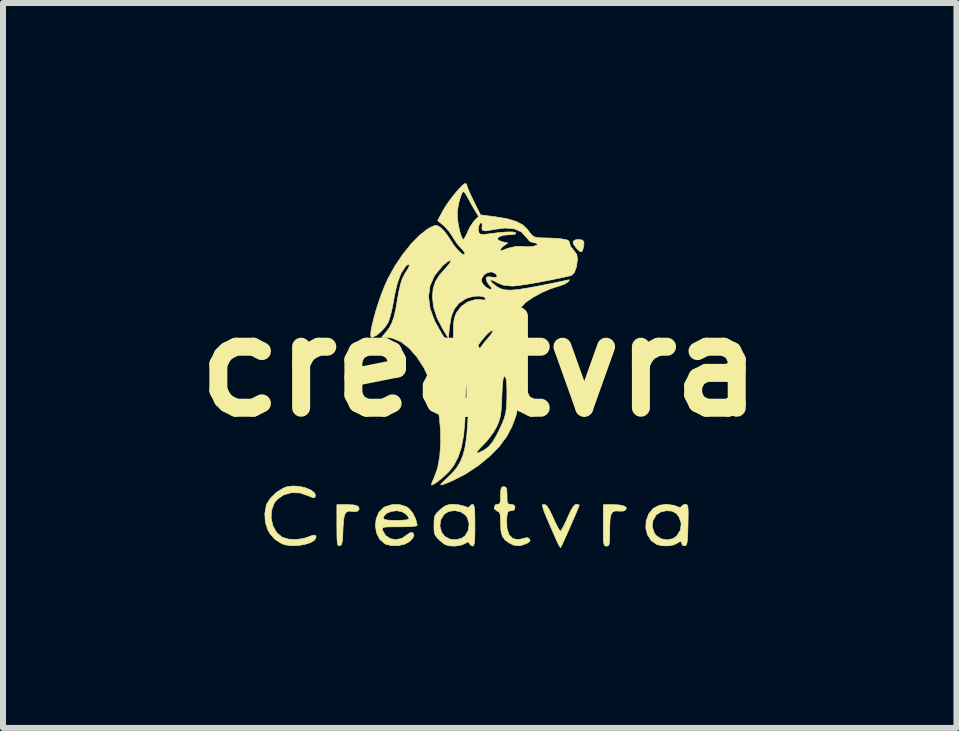
<source format=kicad_pcb>
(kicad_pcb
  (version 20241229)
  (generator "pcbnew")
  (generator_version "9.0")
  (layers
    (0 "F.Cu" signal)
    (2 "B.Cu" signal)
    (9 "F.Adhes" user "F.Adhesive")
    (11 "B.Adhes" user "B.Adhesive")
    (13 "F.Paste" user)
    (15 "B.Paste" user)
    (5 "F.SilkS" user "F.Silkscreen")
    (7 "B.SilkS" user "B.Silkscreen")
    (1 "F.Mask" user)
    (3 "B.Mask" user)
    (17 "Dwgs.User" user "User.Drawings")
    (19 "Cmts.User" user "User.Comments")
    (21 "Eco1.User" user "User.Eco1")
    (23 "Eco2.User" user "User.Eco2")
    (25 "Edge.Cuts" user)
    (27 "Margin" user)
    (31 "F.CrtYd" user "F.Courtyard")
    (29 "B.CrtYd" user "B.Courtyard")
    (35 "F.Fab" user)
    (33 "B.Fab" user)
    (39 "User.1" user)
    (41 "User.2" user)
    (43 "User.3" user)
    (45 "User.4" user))
  (footprint "creatvra"
    (layer "F.Cu")
    (at 4.942 3.053)
    (property "Reference" "creatvra" (at 0 0 0) (layer "F.SilkS") (effects (font (size 1.524 1.524) (thickness 0.3))))
    (attr through_hole)
    (fp_poly (pts (xy 1.708 -2.105) (xy 1.736 -2.075) (xy 1.734 -2.013) (xy 1.721 -1.958) (xy 1.703 -1.913) (xy 1.678 -1.908) (xy 1.635 -1.943) (xy 1.611 -1.969) (xy 1.559 -2.039) (xy 1.556 -2.085) (xy 1.601 -2.109) (xy 1.644 -2.112) (xy 1.708 -2.105)) (stroke (width 0.01) (type solid)) (fill yes) (layer "F.SilkS"))
    (fp_poly (pts (xy -2.105 2.308) (xy -2.033 2.328) (xy -2.009 2.364) (xy -2.013 2.389) (xy -2.042 2.417) (xy -2.105 2.418) (xy -2.119 2.416) (xy -2.181 2.412) (xy -2.224 2.43) (xy -2.252 2.476) (xy -2.268 2.56) (xy -2.277 2.687) (xy -2.278 2.728) (xy -2.283 2.848) (xy -2.291 2.924) (xy -2.303 2.967) (xy -2.321 2.986) (xy -2.333 2.989) (xy -2.352 2.989) (xy -2.365 2.973) (xy -2.373 2.933) (xy -2.378 2.862) (xy -2.379 2.751) (xy -2.38 2.652) (xy -2.38 2.305) (xy -2.226 2.303) (xy -2.105 2.308)) (stroke (width 0.01) (type solid)) (fill yes) (layer "F.SilkS"))
    (fp_poly (pts (xy 2.325 2.309) (xy 2.405 2.327) (xy 2.443 2.355) (xy 2.435 2.39) (xy 2.389 2.412) (xy 2.326 2.412) (xy 2.26 2.409) (xy 2.214 2.426) (xy 2.186 2.472) (xy 2.171 2.554) (xy 2.166 2.679) (xy 2.166 2.73) (xy 2.165 2.851) (xy 2.161 2.928) (xy 2.153 2.971) (xy 2.138 2.99) (xy 2.114 2.995) (xy 2.112 2.995) (xy 2.09 2.992) (xy 2.075 2.977) (xy 2.066 2.942) (xy 2.061 2.879) (xy 2.059 2.778) (xy 2.059 2.65) (xy 2.059 2.305) (xy 2.209 2.303) (xy 2.325 2.309)) (stroke (width 0.01) (type solid)) (fill yes) (layer "F.SilkS"))
    (fp_poly (pts (xy 1.65 2.307) (xy 1.658 2.315) (xy 1.647 2.344) (xy 1.62 2.411) (xy 1.58 2.505) (xy 1.532 2.614) (xy 1.482 2.729) (xy 1.433 2.838) (xy 1.392 2.929) (xy 1.362 2.993) (xy 1.348 3.019) (xy 1.332 3.003) (xy 1.304 2.952) (xy 1.286 2.912) (xy 1.251 2.834) (xy 1.204 2.726) (xy 1.151 2.605) (xy 1.128 2.553) (xy 1.086 2.451) (xy 1.057 2.368) (xy 1.044 2.316) (xy 1.047 2.304) (xy 1.084 2.301) (xy 1.12 2.328) (xy 1.161 2.391) (xy 1.212 2.496) (xy 1.23 2.537) (xy 1.274 2.632) (xy 1.312 2.704) (xy 1.339 2.743) (xy 1.346 2.746) (xy 1.366 2.72) (xy 1.401 2.656) (xy 1.444 2.566) (xy 1.464 2.519) (xy 1.518 2.404) (xy 1.56 2.334) (xy 1.595 2.302) (xy 1.609 2.299) (xy 1.65 2.307)) (stroke (width 0.01) (type solid)) (fill yes) (layer "F.SilkS"))
    (fp_poly (pts (xy -3.001 2.001) (xy -2.896 2.026) (xy -2.809 2.063) (xy -2.751 2.11) (xy -2.736 2.15) (xy -2.746 2.185) (xy -2.781 2.187) (xy -2.85 2.159) (xy -2.855 2.156) (xy -2.997 2.109) (xy -3.138 2.105) (xy -3.267 2.142) (xy -3.374 2.217) (xy -3.422 2.277) (xy -3.468 2.398) (xy -3.475 2.529) (xy -3.446 2.657) (xy -3.385 2.767) (xy -3.294 2.845) (xy -3.287 2.848) (xy -3.184 2.879) (xy -3.057 2.885) (xy -2.929 2.867) (xy -2.87 2.847) (xy -2.789 2.817) (xy -2.746 2.811) (xy -2.729 2.829) (xy -2.727 2.849) (xy -2.752 2.896) (xy -2.817 2.936) (xy -2.91 2.966) (xy -3.019 2.984) (xy -3.131 2.988) (xy -3.234 2.976) (xy -3.302 2.952) (xy -3.415 2.879) (xy -3.496 2.785) (xy -3.532 2.722) (xy -3.572 2.596) (xy -3.58 2.452) (xy -3.556 2.317) (xy -3.547 2.291) (xy -3.482 2.191) (xy -3.384 2.098) (xy -3.271 2.028) (xy -3.211 2.006) (xy -3.11 1.993) (xy -3.001 2.001)) (stroke (width 0.01) (type solid)) (fill yes) (layer "F.SilkS"))
    (fp_poly (pts (xy 0.432 2.012) (xy 0.448 2.039) (xy 0.454 2.101) (xy 0.455 2.152) (xy 0.456 2.237) (xy 0.465 2.28) (xy 0.488 2.297) (xy 0.521 2.299) (xy 0.574 2.312) (xy 0.588 2.353) (xy 0.572 2.395) (xy 0.524 2.406) (xy 0.487 2.411) (xy 0.466 2.433) (xy 0.455 2.486) (xy 0.449 2.56) (xy 0.454 2.702) (xy 0.489 2.806) (xy 0.551 2.869) (xy 0.639 2.887) (xy 0.726 2.868) (xy 0.788 2.853) (xy 0.826 2.871) (xy 0.83 2.875) (xy 0.84 2.906) (xy 0.808 2.936) (xy 0.779 2.953) (xy 0.669 2.99) (xy 0.566 2.979) (xy 0.49 2.942) (xy 0.419 2.89) (xy 0.376 2.828) (xy 0.354 2.743) (xy 0.348 2.621) (xy 0.348 2.606) (xy 0.346 2.509) (xy 0.337 2.453) (xy 0.319 2.425) (xy 0.294 2.414) (xy 0.25 2.381) (xy 0.241 2.35) (xy 0.261 2.307) (xy 0.294 2.299) (xy 0.325 2.293) (xy 0.341 2.265) (xy 0.347 2.204) (xy 0.348 2.152) (xy 0.35 2.067) (xy 0.36 2.023) (xy 0.382 2.007) (xy 0.401 2.005) (xy 0.432 2.012)) (stroke (width 0.01) (type solid)) (fill yes) (layer "F.SilkS"))
    (fp_poly (pts (xy 3.236 2.316) (xy 3.279 2.332) (xy 3.333 2.352) (xy 3.358 2.342) (xy 3.362 2.332) (xy 3.395 2.305) (xy 3.425 2.299) (xy 3.447 2.302) (xy 3.461 2.317) (xy 3.469 2.353) (xy 3.473 2.417) (xy 3.472 2.519) (xy 3.47 2.64) (xy 3.466 2.782) (xy 3.461 2.879) (xy 3.453 2.94) (xy 3.441 2.973) (xy 3.424 2.987) (xy 3.416 2.989) (xy 3.376 2.979) (xy 3.369 2.956) (xy 3.358 2.92) (xy 3.322 2.925) (xy 3.277 2.955) (xy 3.21 2.981) (xy 3.116 2.992) (xy 3.017 2.985) (xy 2.951 2.968) (xy 2.858 2.904) (xy 2.796 2.809) (xy 2.767 2.695) (xy 2.768 2.674) (xy 2.875 2.674) (xy 2.908 2.776) (xy 2.94 2.819) (xy 3.022 2.873) (xy 3.121 2.891) (xy 3.218 2.871) (xy 3.282 2.827) (xy 3.344 2.726) (xy 3.357 2.616) (xy 3.321 2.509) (xy 3.276 2.451) (xy 3.204 2.412) (xy 3.11 2.405) (xy 3.015 2.426) (xy 2.94 2.475) (xy 2.94 2.475) (xy 2.886 2.568) (xy 2.875 2.674) (xy 2.768 2.674) (xy 2.773 2.575) (xy 2.814 2.461) (xy 2.891 2.367) (xy 2.99 2.315) (xy 3.112 2.298) (xy 3.236 2.316)) (stroke (width 0.01) (type solid)) (fill yes) (layer "F.SilkS"))
    (fp_poly (pts (xy -0.102 2.309) (xy -0.091 2.342) (xy -0.084 2.406) (xy -0.081 2.509) (xy -0.08 2.647) (xy -0.081 2.794) (xy -0.085 2.894) (xy -0.092 2.956) (xy -0.104 2.987) (xy -0.117 2.995) (xy -0.158 2.973) (xy -0.171 2.953) (xy -0.187 2.926) (xy -0.216 2.933) (xy -0.246 2.953) (xy -0.313 2.979) (xy -0.405 2.994) (xy -0.434 2.995) (xy -0.522 2.988) (xy -0.589 2.962) (xy -0.661 2.904) (xy -0.662 2.903) (xy -0.718 2.848) (xy -0.748 2.801) (xy -0.76 2.74) (xy -0.762 2.661) (xy -0.664 2.661) (xy -0.635 2.765) (xy -0.583 2.833) (xy -0.498 2.879) (xy -0.396 2.889) (xy -0.298 2.863) (xy -0.242 2.822) (xy -0.189 2.73) (xy -0.177 2.624) (xy -0.205 2.523) (xy -0.239 2.475) (xy -0.319 2.423) (xy -0.418 2.403) (xy -0.516 2.417) (xy -0.588 2.459) (xy -0.649 2.554) (xy -0.664 2.661) (xy -0.762 2.661) (xy -0.762 2.647) (xy -0.76 2.553) (xy -0.748 2.493) (xy -0.718 2.445) (xy -0.662 2.391) (xy -0.588 2.332) (xy -0.52 2.305) (xy -0.443 2.299) (xy -0.35 2.307) (xy -0.268 2.326) (xy -0.251 2.332) (xy -0.196 2.352) (xy -0.171 2.342) (xy -0.167 2.332) (xy -0.134 2.302) (xy -0.118 2.299) (xy -0.102 2.309)) (stroke (width 0.01) (type solid)) (fill yes) (layer "F.SilkS"))
    (fp_poly (pts (xy -1.334 2.303) (xy -1.221 2.34) (xy -1.179 2.368) (xy -1.117 2.443) (xy -1.067 2.544) (xy -1.043 2.641) (xy -1.043 2.654) (xy -1.068 2.662) (xy -1.135 2.668) (xy -1.235 2.672) (xy -1.339 2.674) (xy -1.467 2.674) (xy -1.551 2.676) (xy -1.599 2.682) (xy -1.62 2.694) (xy -1.622 2.714) (xy -1.617 2.734) (xy -1.568 2.819) (xy -1.489 2.871) (xy -1.393 2.888) (xy -1.295 2.865) (xy -1.227 2.818) (xy -1.165 2.774) (xy -1.118 2.77) (xy -1.097 2.806) (xy -1.096 2.818) (xy -1.114 2.858) (xy -1.158 2.91) (xy -1.163 2.914) (xy -1.245 2.961) (xy -1.356 2.986) (xy -1.472 2.987) (xy -1.572 2.961) (xy -1.584 2.954) (xy -1.668 2.879) (xy -1.719 2.776) (xy -1.738 2.658) (xy -1.725 2.54) (xy -1.721 2.531) (xy -1.604 2.531) (xy -1.59 2.55) (xy -1.542 2.561) (xy -1.453 2.566) (xy -1.39 2.567) (xy -1.284 2.564) (xy -1.21 2.555) (xy -1.177 2.542) (xy -1.176 2.54) (xy -1.194 2.503) (xy -1.23 2.46) (xy -1.298 2.42) (xy -1.383 2.406) (xy -1.471 2.416) (xy -1.547 2.446) (xy -1.595 2.493) (xy -1.604 2.531) (xy -1.721 2.531) (xy -1.68 2.434) (xy -1.602 2.354) (xy -1.578 2.34) (xy -1.459 2.303) (xy -1.334 2.303)) (stroke (width 0.01) (type solid)) (fill yes) (layer "F.SilkS"))
    (fp_poly (pts (xy -0.216 -3.027) (xy -0.214 -3.015) (xy -0.203 -2.977) (xy -0.173 -2.905) (xy -0.129 -2.81) (xy -0.101 -2.752) (xy 0.013 -2.523) (xy 0.264 -2.491) (xy 0.459 -2.458) (xy 0.607 -2.414) (xy 0.717 -2.356) (xy 0.795 -2.281) (xy 0.803 -2.269) (xy 0.854 -2.202) (xy 0.898 -2.163) (xy 0.953 -2.145) (xy 1.038 -2.14) (xy 1.086 -2.139) (xy 1.2 -2.136) (xy 1.316 -2.128) (xy 1.373 -2.122) (xy 1.451 -2.107) (xy 1.488 -2.085) (xy 1.497 -2.051) (xy 1.516 -1.997) (xy 1.561 -1.939) (xy 1.565 -1.936) (xy 1.618 -1.861) (xy 1.628 -1.786) (xy 1.612 -1.659) (xy 1.578 -1.566) (xy 1.53 -1.516) (xy 1.515 -1.51) (xy 1.334 -1.47) (xy 1.148 -1.432) (xy 0.969 -1.398) (xy 0.805 -1.37) (xy 0.668 -1.349) (xy 0.568 -1.338) (xy 0.535 -1.337) (xy 0.392 -1.353) (xy 0.3 -1.39) (xy 0.227 -1.429) (xy 0.184 -1.441) (xy 0.177 -1.426) (xy 0.211 -1.386) (xy 0.221 -1.377) (xy 0.286 -1.326) (xy 0.351 -1.292) (xy 0.426 -1.273) (xy 0.519 -1.269) (xy 0.64 -1.279) (xy 0.796 -1.304) (xy 0.958 -1.334) (xy 1.109 -1.364) (xy 1.245 -1.391) (xy 1.355 -1.414) (xy 1.431 -1.43) (xy 1.457 -1.436) (xy 1.494 -1.442) (xy 1.487 -1.425) (xy 1.468 -1.405) (xy 1.415 -1.371) (xy 1.336 -1.341) (xy 1.307 -1.333) (xy 1.179 -1.292) (xy 1.032 -1.228) (xy 0.889 -1.15) (xy 0.773 -1.071) (xy 0.765 -1.065) (xy 0.65 -0.939) (xy 0.581 -0.791) (xy 0.561 -0.649) (xy 0.565 -0.575) (xy 0.576 -0.462) (xy 0.592 -0.324) (xy 0.611 -0.175) (xy 0.617 -0.133) (xy 0.651 0.157) (xy 0.66 0.407) (xy 0.645 0.627) (xy 0.604 0.824) (xy 0.535 1.007) (xy 0.452 1.164) (xy 0.329 1.331) (xy 0.166 1.497) (xy -0.026 1.655) (xy -0.237 1.794) (xy -0.453 1.905) (xy -0.468 1.911) (xy -0.574 1.955) (xy -0.634 1.976) (xy -0.651 1.972) (xy -0.628 1.942) (xy -0.567 1.885) (xy -0.549 1.868) (xy -0.455 1.775) (xy -0.379 1.684) (xy -0.321 1.586) (xy -0.276 1.473) (xy -0.269 1.446) (xy -0.048 1.446) (xy -0.011 1.437) (xy 0.066 1.399) (xy 0.072 1.396) (xy 0.146 1.342) (xy 0.216 1.257) (xy 0.288 1.135) (xy 0.364 0.976) (xy 0.405 0.877) (xy 0.43 0.791) (xy 0.444 0.698) (xy 0.451 0.578) (xy 0.452 0.527) (xy 0.453 0.409) (xy 0.45 0.306) (xy 0.445 0.234) (xy 0.441 0.213) (xy 0.42 0.166) (xy 0.402 0.169) (xy 0.388 0.223) (xy 0.377 0.329) (xy 0.369 0.489) (xy 0.369 0.501) (xy 0.363 0.651) (xy 0.354 0.76) (xy 0.341 0.843) (xy 0.321 0.914) (xy 0.292 0.985) (xy 0.288 0.996) (xy 0.229 1.098) (xy 0.149 1.208) (xy 0.082 1.284) (xy -0.002 1.371) (xy -0.045 1.424) (xy -0.048 1.446) (xy -0.269 1.446) (xy -0.242 1.339) (xy -0.218 1.174) (xy -0.201 0.972) (xy -0.188 0.725) (xy -0.187 0.709) (xy -0.174 0.451) (xy -0.156 0.24) (xy -0.13 0.066) (xy -0.096 -0.078) (xy -0.05 -0.2) (xy 0.009 -0.307) (xy 0.084 -0.408) (xy 0.137 -0.468) (xy 0.189 -0.532) (xy 0.218 -0.58) (xy 0.218 -0.599) (xy 0.186 -0.59) (xy 0.133 -0.546) (xy 0.069 -0.477) (xy 0.002 -0.392) (xy -0.059 -0.302) (xy -0.095 -0.238) (xy -0.163 -0.059) (xy -0.21 0.167) (xy -0.235 0.439) (xy -0.24 0.633) (xy -0.247 0.915) (xy -0.269 1.152) (xy -0.306 1.349) (xy -0.361 1.514) (xy -0.434 1.653) (xy -0.496 1.735) (xy -0.554 1.795) (xy -0.627 1.86) (xy -0.701 1.92) (xy -0.765 1.963) (xy -0.802 1.979) (xy -0.802 1.957) (xy -0.781 1.902) (xy -0.757 1.849) (xy -0.701 1.694) (xy -0.666 1.5) (xy -0.65 1.279) (xy -0.654 1.042) (xy -0.679 0.8) (xy -0.723 0.564) (xy -0.748 0.469) (xy -0.831 0.232) (xy -0.932 0.02) (xy -1.05 -0.16) (xy -1.178 -0.305) (xy -1.314 -0.41) (xy -1.454 -0.469) (xy -1.548 -0.481) (xy -1.636 -0.481) (xy -1.562 -0.568) (xy -1.504 -0.646) (xy -1.46 -0.731) (xy -1.425 -0.835) (xy -1.395 -0.971) (xy -1.377 -1.078) (xy -1.363 -1.158) (xy -0.853 -1.158) (xy -0.826 -0.959) (xy -0.747 -0.747) (xy -0.618 -0.52) (xy -0.568 -0.448) (xy -0.516 -0.38) (xy -0.475 -0.334) (xy -0.457 -0.321) (xy -0.448 -0.346) (xy -0.442 -0.412) (xy -0.439 -0.507) (xy -0.439 -0.555) (xy -0.437 -0.685) (xy -0.427 -0.778) (xy -0.406 -0.851) (xy -0.386 -0.896) (xy -0.307 -0.999) (xy -0.198 -1.074) (xy -0.075 -1.111) (xy 0.009 -1.11) (xy 0.077 -1.105) (xy 0.102 -1.116) (xy 0.101 -1.129) (xy 0.066 -1.158) (xy -0.004 -1.171) (xy -0.093 -1.167) (xy -0.184 -1.146) (xy -0.237 -1.125) (xy -0.345 -1.053) (xy -0.422 -0.958) (xy -0.473 -0.833) (xy -0.502 -0.666) (xy -0.505 -0.642) (xy -0.521 -0.468) (xy -0.604 -0.602) (xy -0.71 -0.804) (xy -0.771 -0.994) (xy -0.787 -1.163) (xy -0.776 -1.295) (xy -0.739 -1.409) (xy -0.73 -1.424) (xy 0.027 -1.424) (xy 0.048 -1.375) (xy 0.097 -1.323) (xy 0.154 -1.288) (xy 0.178 -1.283) (xy 0.204 -1.289) (xy 0.194 -1.313) (xy 0.165 -1.345) (xy 0.124 -1.404) (xy 0.107 -1.455) (xy 0.115 -1.486) (xy 0.15 -1.493) (xy 0.201 -1.486) (xy 0.27 -1.48) (xy 0.293 -1.499) (xy 0.268 -1.54) (xy 0.262 -1.545) (xy 0.202 -1.574) (xy 0.132 -1.563) (xy 0.07 -1.523) (xy 0.032 -1.46) (xy 0.027 -1.424) (xy -0.73 -1.424) (xy -0.67 -1.52) (xy -0.566 -1.638) (xy -0.503 -1.711) (xy -0.481 -1.755) (xy -0.495 -1.765) (xy -0.542 -1.74) (xy -0.616 -1.678) (xy -0.624 -1.67) (xy -0.752 -1.513) (xy -0.828 -1.343) (xy -0.853 -1.158) (xy -1.363 -1.158) (xy -1.348 -1.244) (xy -1.319 -1.369) (xy -1.288 -1.464) (xy -1.249 -1.541) (xy -1.213 -1.596) (xy -1.179 -1.655) (xy -1.173 -1.693) (xy -1.193 -1.7) (xy -1.234 -1.667) (xy -1.237 -1.664) (xy -1.31 -1.552) (xy -1.369 -1.397) (xy -1.417 -1.195) (xy -1.429 -1.123) (xy -1.453 -0.992) (xy -1.482 -0.868) (xy -1.512 -0.768) (xy -1.528 -0.728) (xy -1.576 -0.654) (xy -1.644 -0.58) (xy -1.717 -0.519) (xy -1.781 -0.485) (xy -1.801 -0.481) (xy -1.816 -0.505) (xy -1.814 -0.57) (xy -1.797 -0.668) (xy -1.768 -0.79) (xy -1.729 -0.929) (xy -1.682 -1.075) (xy -1.631 -1.221) (xy -1.576 -1.357) (xy -1.523 -1.473) (xy -1.409 -1.677) (xy -1.279 -1.869) (xy -1.142 -2.04) (xy -1.004 -2.181) (xy -0.873 -2.285) (xy -0.809 -2.321) (xy -0.746 -2.347) (xy -0.703 -2.344) (xy -0.651 -2.31) (xy -0.648 -2.308) (xy -0.595 -2.256) (xy -0.533 -2.175) (xy -0.488 -2.105) (xy -0.429 -2.014) (xy -0.366 -1.938) (xy -0.31 -1.884) (xy -0.266 -1.859) (xy -0.246 -1.87) (xy -0.257 -1.905) (xy -0.298 -1.957) (xy -0.315 -1.973) (xy -0.378 -2.046) (xy -0.438 -2.135) (xy -0.45 -2.157) (xy -0.509 -2.246) (xy -0.585 -2.331) (xy -0.604 -2.348) (xy -0.701 -2.428) (xy -0.648 -2.527) (xy -0.374 -2.527) (xy -0.368 -2.44) (xy -0.353 -2.343) (xy -0.332 -2.247) (xy -0.308 -2.168) (xy -0.284 -2.12) (xy -0.273 -2.112) (xy -0.253 -2.135) (xy -0.222 -2.193) (xy -0.202 -2.239) (xy -0.18 -2.284) (xy -0.023 -2.284) (xy -0.016 -2.231) (xy -0.016 -2.23) (xy 0.007 -2.203) (xy 0.057 -2.197) (xy 0.114 -2.202) (xy 0.309 -2.227) (xy 0.454 -2.239) (xy 0.549 -2.239) (xy 0.596 -2.227) (xy 0.6 -2.222) (xy 0.592 -2.203) (xy 0.535 -2.194) (xy 0.488 -2.192) (xy 0.393 -2.184) (xy 0.327 -2.162) (xy 0.297 -2.134) (xy 0.308 -2.103) (xy 0.364 -2.078) (xy 0.381 -2.074) (xy 0.468 -2.055) (xy 0.408 -2.014) (xy 0.363 -1.975) (xy 0.348 -1.949) (xy 0.35 -1.931) (xy 0.367 -1.928) (xy 0.411 -1.944) (xy 0.471 -1.968) (xy 0.615 -2) (xy 0.695 -1.997) (xy 0.798 -1.991) (xy 0.885 -1.998) (xy 0.945 -2.014) (xy 0.963 -2.035) (xy 0.94 -2.053) (xy 0.898 -2.059) (xy 0.834 -2.081) (xy 0.777 -2.149) (xy 0.694 -2.239) (xy 0.578 -2.29) (xy 0.426 -2.304) (xy 0.238 -2.281) (xy 0.203 -2.273) (xy 0.105 -2.257) (xy 0.05 -2.265) (xy 0.035 -2.299) (xy 0.04 -2.326) (xy 0.041 -2.374) (xy 0.029 -2.392) (xy 0.005 -2.384) (xy -0.015 -2.341) (xy -0.023 -2.284) (xy -0.18 -2.284) (xy -0.157 -2.329) (xy -0.105 -2.407) (xy -0.084 -2.432) (xy -0.018 -2.497) (xy -0.076 -2.592) (xy -0.127 -2.679) (xy -0.18 -2.776) (xy -0.193 -2.801) (xy -0.231 -2.867) (xy -0.261 -2.908) (xy -0.27 -2.914) (xy -0.293 -2.89) (xy -0.319 -2.828) (xy -0.344 -2.741) (xy -0.363 -2.645) (xy -0.374 -2.554) (xy -0.374 -2.527) (xy -0.648 -2.527) (xy -0.616 -2.588) (xy -0.565 -2.672) (xy -0.499 -2.767) (xy -0.425 -2.862) (xy -0.354 -2.947) (xy -0.292 -3.011) (xy -0.248 -3.045) (xy -0.238 -3.048) (xy -0.216 -3.027)) (stroke (width 0.01) (type solid)) (fill yes) (layer "F.SilkS")))
  (gr_rect
    (start -3 -3)
    (end 12.884 9.077)
    (stroke (width 0.1) (type default))
    (fill no)
    (layer "Edge.Cuts")))
</source>
